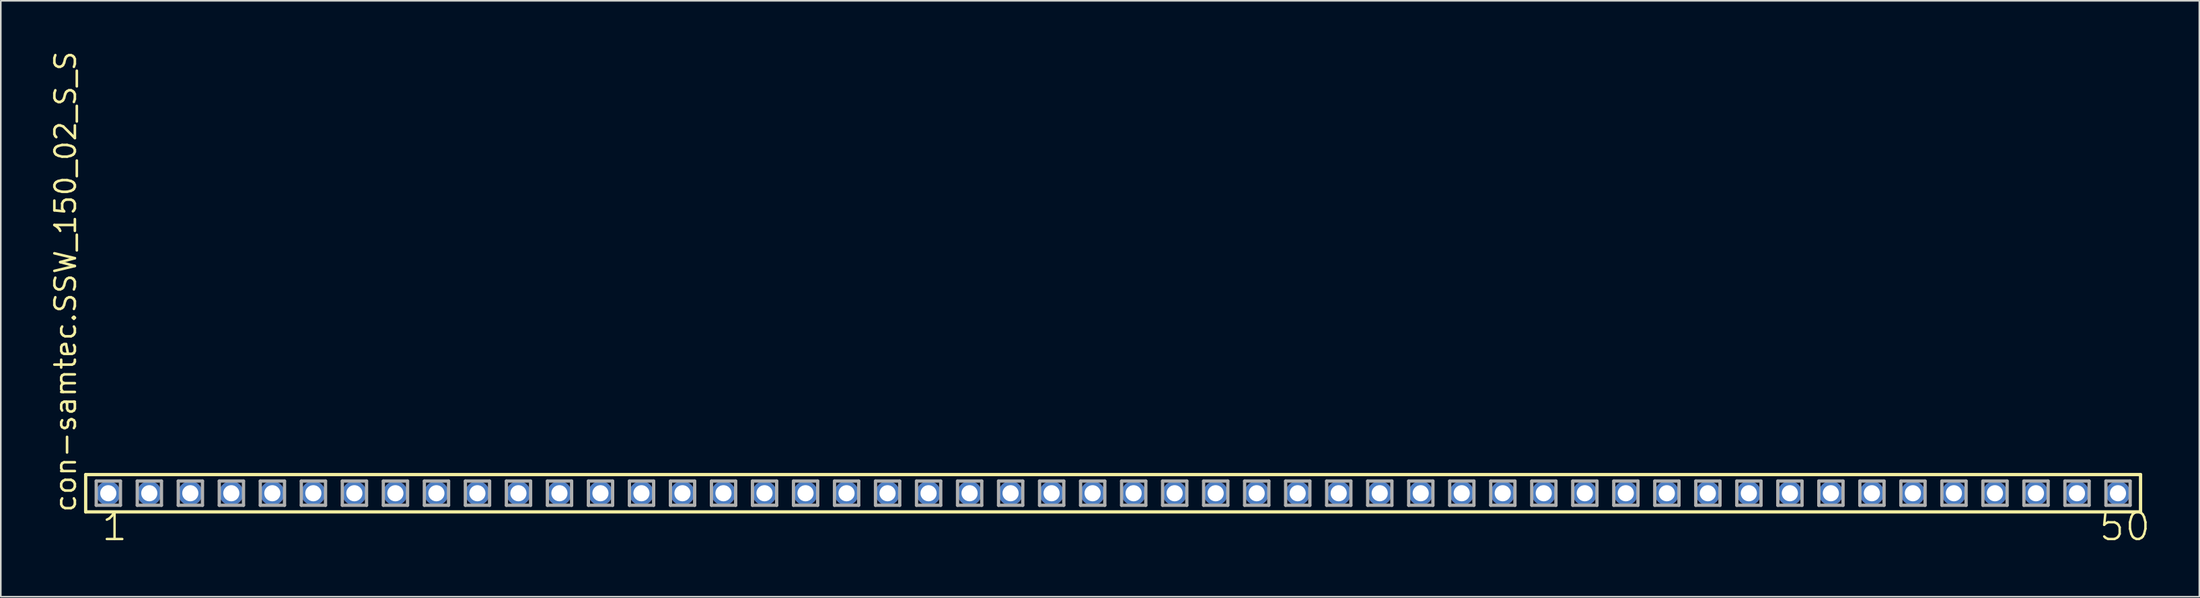
<source format=kicad_pcb>
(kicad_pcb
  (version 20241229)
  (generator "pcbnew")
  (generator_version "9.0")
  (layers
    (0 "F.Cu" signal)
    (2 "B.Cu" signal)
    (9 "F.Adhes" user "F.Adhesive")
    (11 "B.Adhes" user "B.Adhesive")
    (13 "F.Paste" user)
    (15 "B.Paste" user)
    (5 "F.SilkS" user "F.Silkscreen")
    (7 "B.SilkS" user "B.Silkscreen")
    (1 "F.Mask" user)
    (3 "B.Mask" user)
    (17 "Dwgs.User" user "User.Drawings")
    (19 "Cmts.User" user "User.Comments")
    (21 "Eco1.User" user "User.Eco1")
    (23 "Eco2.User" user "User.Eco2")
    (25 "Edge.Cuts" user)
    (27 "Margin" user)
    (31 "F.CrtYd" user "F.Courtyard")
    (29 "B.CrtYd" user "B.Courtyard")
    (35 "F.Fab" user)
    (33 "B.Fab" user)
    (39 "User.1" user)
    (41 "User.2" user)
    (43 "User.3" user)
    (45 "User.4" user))
  (footprint "con-samtec.SSW_150_02_S_S"
    (layer "F.Cu")
    (at 65.885 27.501)
    (property "Reference" "con-samtec.SSW_150_02_S_S" (at -64.135 1.27 90) (layer "F.SilkS") (effects (font (size 1.27 1.27) (thickness 0.16)) (justify left bottom)))
    (attr through_hole)
    (fp_line (start -63.629 -1.155) (end 63.629 -1.155) (stroke (width 0.203) (type default)) (layer "F.SilkS"))
    (fp_line (start -63.629 1.155) (end -63.629 -1.155) (stroke (width 0.203) (type default)) (layer "F.SilkS"))
    (fp_line (start 63.629 -1.155) (end 63.629 1.155) (stroke (width 0.203) (type default)) (layer "F.SilkS"))
    (fp_line (start 63.629 1.155) (end -63.629 1.155) (stroke (width 0.203) (type default)) (layer "F.SilkS"))
    (fp_line (start -62.975 -0.755) (end -61.475 -0.755) (stroke (width 0.203) (type default)) (layer "F.Fab"))
    (fp_line (start -62.975 0.745) (end -62.975 -0.755) (stroke (width 0.203) (type default)) (layer "F.Fab"))
    (fp_line (start -61.475 -0.755) (end -61.475 0.745) (stroke (width 0.203) (type default)) (layer "F.Fab"))
    (fp_line (start -61.475 0.745) (end -62.975 0.745) (stroke (width 0.203) (type default)) (layer "F.Fab"))
    (fp_line (start -60.435 -0.755) (end -58.935 -0.755) (stroke (width 0.203) (type default)) (layer "F.Fab"))
    (fp_line (start -60.435 0.745) (end -60.435 -0.755) (stroke (width 0.203) (type default)) (layer "F.Fab"))
    (fp_line (start -58.935 -0.755) (end -58.935 0.745) (stroke (width 0.203) (type default)) (layer "F.Fab"))
    (fp_line (start -58.935 0.745) (end -60.435 0.745) (stroke (width 0.203) (type default)) (layer "F.Fab"))
    (fp_line (start -57.895 -0.755) (end -56.395 -0.755) (stroke (width 0.203) (type default)) (layer "F.Fab"))
    (fp_line (start -57.895 0.745) (end -57.895 -0.755) (stroke (width 0.203) (type default)) (layer "F.Fab"))
    (fp_line (start -56.395 -0.755) (end -56.395 0.745) (stroke (width 0.203) (type default)) (layer "F.Fab"))
    (fp_line (start -56.395 0.745) (end -57.895 0.745) (stroke (width 0.203) (type default)) (layer "F.Fab"))
    (fp_line (start -55.355 -0.755) (end -53.855 -0.755) (stroke (width 0.203) (type default)) (layer "F.Fab"))
    (fp_line (start -55.355 0.745) (end -55.355 -0.755) (stroke (width 0.203) (type default)) (layer "F.Fab"))
    (fp_line (start -53.855 -0.755) (end -53.855 0.745) (stroke (width 0.203) (type default)) (layer "F.Fab"))
    (fp_line (start -53.855 0.745) (end -55.355 0.745) (stroke (width 0.203) (type default)) (layer "F.Fab"))
    (fp_line (start -52.815 -0.755) (end -51.315 -0.755) (stroke (width 0.203) (type default)) (layer "F.Fab"))
    (fp_line (start -52.815 0.745) (end -52.815 -0.755) (stroke (width 0.203) (type default)) (layer "F.Fab"))
    (fp_line (start -51.315 -0.755) (end -51.315 0.745) (stroke (width 0.203) (type default)) (layer "F.Fab"))
    (fp_line (start -51.315 0.745) (end -52.815 0.745) (stroke (width 0.203) (type default)) (layer "F.Fab"))
    (fp_line (start -50.275 -0.755) (end -48.775 -0.755) (stroke (width 0.203) (type default)) (layer "F.Fab"))
    (fp_line (start -50.275 0.745) (end -50.275 -0.755) (stroke (width 0.203) (type default)) (layer "F.Fab"))
    (fp_line (start -48.775 -0.755) (end -48.775 0.745) (stroke (width 0.203) (type default)) (layer "F.Fab"))
    (fp_line (start -48.775 0.745) (end -50.275 0.745) (stroke (width 0.203) (type default)) (layer "F.Fab"))
    (fp_line (start -47.735 -0.755) (end -46.235 -0.755) (stroke (width 0.203) (type default)) (layer "F.Fab"))
    (fp_line (start -47.735 0.745) (end -47.735 -0.755) (stroke (width 0.203) (type default)) (layer "F.Fab"))
    (fp_line (start -46.235 -0.755) (end -46.235 0.745) (stroke (width 0.203) (type default)) (layer "F.Fab"))
    (fp_line (start -46.235 0.745) (end -47.735 0.745) (stroke (width 0.203) (type default)) (layer "F.Fab"))
    (fp_line (start -45.195 -0.755) (end -43.695 -0.755) (stroke (width 0.203) (type default)) (layer "F.Fab"))
    (fp_line (start -45.195 0.745) (end -45.195 -0.755) (stroke (width 0.203) (type default)) (layer "F.Fab"))
    (fp_line (start -43.695 -0.755) (end -43.695 0.745) (stroke (width 0.203) (type default)) (layer "F.Fab"))
    (fp_line (start -43.695 0.745) (end -45.195 0.745) (stroke (width 0.203) (type default)) (layer "F.Fab"))
    (fp_line (start -42.655 -0.755) (end -41.155 -0.755) (stroke (width 0.203) (type default)) (layer "F.Fab"))
    (fp_line (start -42.655 0.745) (end -42.655 -0.755) (stroke (width 0.203) (type default)) (layer "F.Fab"))
    (fp_line (start -41.155 -0.755) (end -41.155 0.745) (stroke (width 0.203) (type default)) (layer "F.Fab"))
    (fp_line (start -41.155 0.745) (end -42.655 0.745) (stroke (width 0.203) (type default)) (layer "F.Fab"))
    (fp_line (start -40.115 -0.755) (end -38.615 -0.755) (stroke (width 0.203) (type default)) (layer "F.Fab"))
    (fp_line (start -40.115 0.745) (end -40.115 -0.755) (stroke (width 0.203) (type default)) (layer "F.Fab"))
    (fp_line (start -38.615 -0.755) (end -38.615 0.745) (stroke (width 0.203) (type default)) (layer "F.Fab"))
    (fp_line (start -38.615 0.745) (end -40.115 0.745) (stroke (width 0.203) (type default)) (layer "F.Fab"))
    (fp_line (start -37.575 -0.755) (end -36.075 -0.755) (stroke (width 0.203) (type default)) (layer "F.Fab"))
    (fp_line (start -37.575 0.745) (end -37.575 -0.755) (stroke (width 0.203) (type default)) (layer "F.Fab"))
    (fp_line (start -36.075 -0.755) (end -36.075 0.745) (stroke (width 0.203) (type default)) (layer "F.Fab"))
    (fp_line (start -36.075 0.745) (end -37.575 0.745) (stroke (width 0.203) (type default)) (layer "F.Fab"))
    (fp_line (start -35.035 -0.755) (end -33.535 -0.755) (stroke (width 0.203) (type default)) (layer "F.Fab"))
    (fp_line (start -35.035 0.745) (end -35.035 -0.755) (stroke (width 0.203) (type default)) (layer "F.Fab"))
    (fp_line (start -33.535 -0.755) (end -33.535 0.745) (stroke (width 0.203) (type default)) (layer "F.Fab"))
    (fp_line (start -33.535 0.745) (end -35.035 0.745) (stroke (width 0.203) (type default)) (layer "F.Fab"))
    (fp_line (start -32.495 -0.755) (end -30.995 -0.755) (stroke (width 0.203) (type default)) (layer "F.Fab"))
    (fp_line (start -32.495 0.745) (end -32.495 -0.755) (stroke (width 0.203) (type default)) (layer "F.Fab"))
    (fp_line (start -30.995 -0.755) (end -30.995 0.745) (stroke (width 0.203) (type default)) (layer "F.Fab"))
    (fp_line (start -30.995 0.745) (end -32.495 0.745) (stroke (width 0.203) (type default)) (layer "F.Fab"))
    (fp_line (start -29.955 -0.755) (end -28.455 -0.755) (stroke (width 0.203) (type default)) (layer "F.Fab"))
    (fp_line (start -29.955 0.745) (end -29.955 -0.755) (stroke (width 0.203) (type default)) (layer "F.Fab"))
    (fp_line (start -28.455 -0.755) (end -28.455 0.745) (stroke (width 0.203) (type default)) (layer "F.Fab"))
    (fp_line (start -28.455 0.745) (end -29.955 0.745) (stroke (width 0.203) (type default)) (layer "F.Fab"))
    (fp_line (start -27.415 -0.755) (end -25.915 -0.755) (stroke (width 0.203) (type default)) (layer "F.Fab"))
    (fp_line (start -27.415 0.745) (end -27.415 -0.755) (stroke (width 0.203) (type default)) (layer "F.Fab"))
    (fp_line (start -25.915 -0.755) (end -25.915 0.745) (stroke (width 0.203) (type default)) (layer "F.Fab"))
    (fp_line (start -25.915 0.745) (end -27.415 0.745) (stroke (width 0.203) (type default)) (layer "F.Fab"))
    (fp_line (start -24.875 -0.755) (end -23.375 -0.755) (stroke (width 0.203) (type default)) (layer "F.Fab"))
    (fp_line (start -24.875 0.745) (end -24.875 -0.755) (stroke (width 0.203) (type default)) (layer "F.Fab"))
    (fp_line (start -23.375 -0.755) (end -23.375 0.745) (stroke (width 0.203) (type default)) (layer "F.Fab"))
    (fp_line (start -23.375 0.745) (end -24.875 0.745) (stroke (width 0.203) (type default)) (layer "F.Fab"))
    (fp_line (start -22.335 -0.755) (end -20.835 -0.755) (stroke (width 0.203) (type default)) (layer "F.Fab"))
    (fp_line (start -22.335 0.745) (end -22.335 -0.755) (stroke (width 0.203) (type default)) (layer "F.Fab"))
    (fp_line (start -20.835 -0.755) (end -20.835 0.745) (stroke (width 0.203) (type default)) (layer "F.Fab"))
    (fp_line (start -20.835 0.745) (end -22.335 0.745) (stroke (width 0.203) (type default)) (layer "F.Fab"))
    (fp_line (start -19.795 -0.755) (end -18.295 -0.755) (stroke (width 0.203) (type default)) (layer "F.Fab"))
    (fp_line (start -19.795 0.745) (end -19.795 -0.755) (stroke (width 0.203) (type default)) (layer "F.Fab"))
    (fp_line (start -18.295 -0.755) (end -18.295 0.745) (stroke (width 0.203) (type default)) (layer "F.Fab"))
    (fp_line (start -18.295 0.745) (end -19.795 0.745) (stroke (width 0.203) (type default)) (layer "F.Fab"))
    (fp_line (start -17.255 -0.755) (end -15.755 -0.755) (stroke (width 0.203) (type default)) (layer "F.Fab"))
    (fp_line (start -17.255 0.745) (end -17.255 -0.755) (stroke (width 0.203) (type default)) (layer "F.Fab"))
    (fp_line (start -15.755 -0.755) (end -15.755 0.745) (stroke (width 0.203) (type default)) (layer "F.Fab"))
    (fp_line (start -15.755 0.745) (end -17.255 0.745) (stroke (width 0.203) (type default)) (layer "F.Fab"))
    (fp_line (start -14.715 -0.755) (end -13.215 -0.755) (stroke (width 0.203) (type default)) (layer "F.Fab"))
    (fp_line (start -14.715 0.745) (end -14.715 -0.755) (stroke (width 0.203) (type default)) (layer "F.Fab"))
    (fp_line (start -13.215 -0.755) (end -13.215 0.745) (stroke (width 0.203) (type default)) (layer "F.Fab"))
    (fp_line (start -13.215 0.745) (end -14.715 0.745) (stroke (width 0.203) (type default)) (layer "F.Fab"))
    (fp_line (start -12.175 -0.755) (end -10.675 -0.755) (stroke (width 0.203) (type default)) (layer "F.Fab"))
    (fp_line (start -12.175 0.745) (end -12.175 -0.755) (stroke (width 0.203) (type default)) (layer "F.Fab"))
    (fp_line (start -10.675 -0.755) (end -10.675 0.745) (stroke (width 0.203) (type default)) (layer "F.Fab"))
    (fp_line (start -10.675 0.745) (end -12.175 0.745) (stroke (width 0.203) (type default)) (layer "F.Fab"))
    (fp_line (start -9.635 -0.755) (end -8.135 -0.755) (stroke (width 0.203) (type default)) (layer "F.Fab"))
    (fp_line (start -9.635 0.745) (end -9.635 -0.755) (stroke (width 0.203) (type default)) (layer "F.Fab"))
    (fp_line (start -8.135 -0.755) (end -8.135 0.745) (stroke (width 0.203) (type default)) (layer "F.Fab"))
    (fp_line (start -8.135 0.745) (end -9.635 0.745) (stroke (width 0.203) (type default)) (layer "F.Fab"))
    (fp_line (start -7.095 -0.755) (end -5.595 -0.755) (stroke (width 0.203) (type default)) (layer "F.Fab"))
    (fp_line (start -7.095 0.745) (end -7.095 -0.755) (stroke (width 0.203) (type default)) (layer "F.Fab"))
    (fp_line (start -5.595 -0.755) (end -5.595 0.745) (stroke (width 0.203) (type default)) (layer "F.Fab"))
    (fp_line (start -5.595 0.745) (end -7.095 0.745) (stroke (width 0.203) (type default)) (layer "F.Fab"))
    (fp_line (start -4.555 -0.755) (end -3.055 -0.755) (stroke (width 0.203) (type default)) (layer "F.Fab"))
    (fp_line (start -4.555 0.745) (end -4.555 -0.755) (stroke (width 0.203) (type default)) (layer "F.Fab"))
    (fp_line (start -3.055 -0.755) (end -3.055 0.745) (stroke (width 0.203) (type default)) (layer "F.Fab"))
    (fp_line (start -3.055 0.745) (end -4.555 0.745) (stroke (width 0.203) (type default)) (layer "F.Fab"))
    (fp_line (start -2.015 -0.755) (end -0.515 -0.755) (stroke (width 0.203) (type default)) (layer "F.Fab"))
    (fp_line (start -2.015 0.745) (end -2.015 -0.755) (stroke (width 0.203) (type default)) (layer "F.Fab"))
    (fp_line (start -0.515 -0.755) (end -0.515 0.745) (stroke (width 0.203) (type default)) (layer "F.Fab"))
    (fp_line (start -0.515 0.745) (end -2.015 0.745) (stroke (width 0.203) (type default)) (layer "F.Fab"))
    (fp_line (start 0.525 -0.755) (end 2.025 -0.755) (stroke (width 0.203) (type default)) (layer "F.Fab"))
    (fp_line (start 0.525 0.745) (end 0.525 -0.755) (stroke (width 0.203) (type default)) (layer "F.Fab"))
    (fp_line (start 2.025 -0.755) (end 2.025 0.745) (stroke (width 0.203) (type default)) (layer "F.Fab"))
    (fp_line (start 2.025 0.745) (end 0.525 0.745) (stroke (width 0.203) (type default)) (layer "F.Fab"))
    (fp_line (start 3.065 -0.755) (end 4.565 -0.755) (stroke (width 0.203) (type default)) (layer "F.Fab"))
    (fp_line (start 3.065 0.745) (end 3.065 -0.755) (stroke (width 0.203) (type default)) (layer "F.Fab"))
    (fp_line (start 4.565 -0.755) (end 4.565 0.745) (stroke (width 0.203) (type default)) (layer "F.Fab"))
    (fp_line (start 4.565 0.745) (end 3.065 0.745) (stroke (width 0.203) (type default)) (layer "F.Fab"))
    (fp_line (start 5.605 -0.755) (end 7.105 -0.755) (stroke (width 0.203) (type default)) (layer "F.Fab"))
    (fp_line (start 5.605 0.745) (end 5.605 -0.755) (stroke (width 0.203) (type default)) (layer "F.Fab"))
    (fp_line (start 7.105 -0.755) (end 7.105 0.745) (stroke (width 0.203) (type default)) (layer "F.Fab"))
    (fp_line (start 7.105 0.745) (end 5.605 0.745) (stroke (width 0.203) (type default)) (layer "F.Fab"))
    (fp_line (start 8.145 -0.755) (end 9.645 -0.755) (stroke (width 0.203) (type default)) (layer "F.Fab"))
    (fp_line (start 8.145 0.745) (end 8.145 -0.755) (stroke (width 0.203) (type default)) (layer "F.Fab"))
    (fp_line (start 9.645 -0.755) (end 9.645 0.745) (stroke (width 0.203) (type default)) (layer "F.Fab"))
    (fp_line (start 9.645 0.745) (end 8.145 0.745) (stroke (width 0.203) (type default)) (layer "F.Fab"))
    (fp_line (start 10.685 -0.755) (end 12.185 -0.755) (stroke (width 0.203) (type default)) (layer "F.Fab"))
    (fp_line (start 10.685 0.745) (end 10.685 -0.755) (stroke (width 0.203) (type default)) (layer "F.Fab"))
    (fp_line (start 12.185 -0.755) (end 12.185 0.745) (stroke (width 0.203) (type default)) (layer "F.Fab"))
    (fp_line (start 12.185 0.745) (end 10.685 0.745) (stroke (width 0.203) (type default)) (layer "F.Fab"))
    (fp_line (start 13.225 -0.755) (end 14.725 -0.755) (stroke (width 0.203) (type default)) (layer "F.Fab"))
    (fp_line (start 13.225 0.745) (end 13.225 -0.755) (stroke (width 0.203) (type default)) (layer "F.Fab"))
    (fp_line (start 14.725 -0.755) (end 14.725 0.745) (stroke (width 0.203) (type default)) (layer "F.Fab"))
    (fp_line (start 14.725 0.745) (end 13.225 0.745) (stroke (width 0.203) (type default)) (layer "F.Fab"))
    (fp_line (start 15.765 -0.755) (end 17.265 -0.755) (stroke (width 0.203) (type default)) (layer "F.Fab"))
    (fp_line (start 15.765 0.745) (end 15.765 -0.755) (stroke (width 0.203) (type default)) (layer "F.Fab"))
    (fp_line (start 17.265 -0.755) (end 17.265 0.745) (stroke (width 0.203) (type default)) (layer "F.Fab"))
    (fp_line (start 17.265 0.745) (end 15.765 0.745) (stroke (width 0.203) (type default)) (layer "F.Fab"))
    (fp_line (start 18.305 -0.755) (end 19.805 -0.755) (stroke (width 0.203) (type default)) (layer "F.Fab"))
    (fp_line (start 18.305 0.745) (end 18.305 -0.755) (stroke (width 0.203) (type default)) (layer "F.Fab"))
    (fp_line (start 19.805 -0.755) (end 19.805 0.745) (stroke (width 0.203) (type default)) (layer "F.Fab"))
    (fp_line (start 19.805 0.745) (end 18.305 0.745) (stroke (width 0.203) (type default)) (layer "F.Fab"))
    (fp_line (start 20.845 -0.755) (end 22.345 -0.755) (stroke (width 0.203) (type default)) (layer "F.Fab"))
    (fp_line (start 20.845 0.745) (end 20.845 -0.755) (stroke (width 0.203) (type default)) (layer "F.Fab"))
    (fp_line (start 22.345 -0.755) (end 22.345 0.745) (stroke (width 0.203) (type default)) (layer "F.Fab"))
    (fp_line (start 22.345 0.745) (end 20.845 0.745) (stroke (width 0.203) (type default)) (layer "F.Fab"))
    (fp_line (start 23.385 -0.755) (end 24.885 -0.755) (stroke (width 0.203) (type default)) (layer "F.Fab"))
    (fp_line (start 23.385 0.745) (end 23.385 -0.755) (stroke (width 0.203) (type default)) (layer "F.Fab"))
    (fp_line (start 24.885 -0.755) (end 24.885 0.745) (stroke (width 0.203) (type default)) (layer "F.Fab"))
    (fp_line (start 24.885 0.745) (end 23.385 0.745) (stroke (width 0.203) (type default)) (layer "F.Fab"))
    (fp_line (start 25.925 -0.755) (end 27.425 -0.755) (stroke (width 0.203) (type default)) (layer "F.Fab"))
    (fp_line (start 25.925 0.745) (end 25.925 -0.755) (stroke (width 0.203) (type default)) (layer "F.Fab"))
    (fp_line (start 27.425 -0.755) (end 27.425 0.745) (stroke (width 0.203) (type default)) (layer "F.Fab"))
    (fp_line (start 27.425 0.745) (end 25.925 0.745) (stroke (width 0.203) (type default)) (layer "F.Fab"))
    (fp_line (start 28.465 -0.755) (end 29.965 -0.755) (stroke (width 0.203) (type default)) (layer "F.Fab"))
    (fp_line (start 28.465 0.745) (end 28.465 -0.755) (stroke (width 0.203) (type default)) (layer "F.Fab"))
    (fp_line (start 29.965 -0.755) (end 29.965 0.745) (stroke (width 0.203) (type default)) (layer "F.Fab"))
    (fp_line (start 29.965 0.745) (end 28.465 0.745) (stroke (width 0.203) (type default)) (layer "F.Fab"))
    (fp_line (start 31.005 -0.755) (end 32.505 -0.755) (stroke (width 0.203) (type default)) (layer "F.Fab"))
    (fp_line (start 31.005 0.745) (end 31.005 -0.755) (stroke (width 0.203) (type default)) (layer "F.Fab"))
    (fp_line (start 32.505 -0.755) (end 32.505 0.745) (stroke (width 0.203) (type default)) (layer "F.Fab"))
    (fp_line (start 32.505 0.745) (end 31.005 0.745) (stroke (width 0.203) (type default)) (layer "F.Fab"))
    (fp_line (start 33.545 -0.755) (end 35.045 -0.755) (stroke (width 0.203) (type default)) (layer "F.Fab"))
    (fp_line (start 33.545 0.745) (end 33.545 -0.755) (stroke (width 0.203) (type default)) (layer "F.Fab"))
    (fp_line (start 35.045 -0.755) (end 35.045 0.745) (stroke (width 0.203) (type default)) (layer "F.Fab"))
    (fp_line (start 35.045 0.745) (end 33.545 0.745) (stroke (width 0.203) (type default)) (layer "F.Fab"))
    (fp_line (start 36.085 -0.755) (end 37.585 -0.755) (stroke (width 0.203) (type default)) (layer "F.Fab"))
    (fp_line (start 36.085 0.745) (end 36.085 -0.755) (stroke (width 0.203) (type default)) (layer "F.Fab"))
    (fp_line (start 37.585 -0.755) (end 37.585 0.745) (stroke (width 0.203) (type default)) (layer "F.Fab"))
    (fp_line (start 37.585 0.745) (end 36.085 0.745) (stroke (width 0.203) (type default)) (layer "F.Fab"))
    (fp_line (start 38.625 -0.755) (end 40.125 -0.755) (stroke (width 0.203) (type default)) (layer "F.Fab"))
    (fp_line (start 38.625 0.745) (end 38.625 -0.755) (stroke (width 0.203) (type default)) (layer "F.Fab"))
    (fp_line (start 40.125 -0.755) (end 40.125 0.745) (stroke (width 0.203) (type default)) (layer "F.Fab"))
    (fp_line (start 40.125 0.745) (end 38.625 0.745) (stroke (width 0.203) (type default)) (layer "F.Fab"))
    (fp_line (start 41.165 -0.755) (end 42.665 -0.755) (stroke (width 0.203) (type default)) (layer "F.Fab"))
    (fp_line (start 41.165 0.745) (end 41.165 -0.755) (stroke (width 0.203) (type default)) (layer "F.Fab"))
    (fp_line (start 42.665 -0.755) (end 42.665 0.745) (stroke (width 0.203) (type default)) (layer "F.Fab"))
    (fp_line (start 42.665 0.745) (end 41.165 0.745) (stroke (width 0.203) (type default)) (layer "F.Fab"))
    (fp_line (start 43.705 -0.755) (end 45.205 -0.755) (stroke (width 0.203) (type default)) (layer "F.Fab"))
    (fp_line (start 43.705 0.745) (end 43.705 -0.755) (stroke (width 0.203) (type default)) (layer "F.Fab"))
    (fp_line (start 45.205 -0.755) (end 45.205 0.745) (stroke (width 0.203) (type default)) (layer "F.Fab"))
    (fp_line (start 45.205 0.745) (end 43.705 0.745) (stroke (width 0.203) (type default)) (layer "F.Fab"))
    (fp_line (start 46.245 -0.755) (end 47.745 -0.755) (stroke (width 0.203) (type default)) (layer "F.Fab"))
    (fp_line (start 46.245 0.745) (end 46.245 -0.755) (stroke (width 0.203) (type default)) (layer "F.Fab"))
    (fp_line (start 47.745 -0.755) (end 47.745 0.745) (stroke (width 0.203) (type default)) (layer "F.Fab"))
    (fp_line (start 47.745 0.745) (end 46.245 0.745) (stroke (width 0.203) (type default)) (layer "F.Fab"))
    (fp_line (start 48.785 -0.755) (end 50.285 -0.755) (stroke (width 0.203) (type default)) (layer "F.Fab"))
    (fp_line (start 48.785 0.745) (end 48.785 -0.755) (stroke (width 0.203) (type default)) (layer "F.Fab"))
    (fp_line (start 50.285 -0.755) (end 50.285 0.745) (stroke (width 0.203) (type default)) (layer "F.Fab"))
    (fp_line (start 50.285 0.745) (end 48.785 0.745) (stroke (width 0.203) (type default)) (layer "F.Fab"))
    (fp_line (start 51.325 -0.755) (end 52.825 -0.755) (stroke (width 0.203) (type default)) (layer "F.Fab"))
    (fp_line (start 51.325 0.745) (end 51.325 -0.755) (stroke (width 0.203) (type default)) (layer "F.Fab"))
    (fp_line (start 52.825 -0.755) (end 52.825 0.745) (stroke (width 0.203) (type default)) (layer "F.Fab"))
    (fp_line (start 52.825 0.745) (end 51.325 0.745) (stroke (width 0.203) (type default)) (layer "F.Fab"))
    (fp_line (start 53.865 -0.755) (end 55.365 -0.755) (stroke (width 0.203) (type default)) (layer "F.Fab"))
    (fp_line (start 53.865 0.745) (end 53.865 -0.755) (stroke (width 0.203) (type default)) (layer "F.Fab"))
    (fp_line (start 55.365 -0.755) (end 55.365 0.745) (stroke (width 0.203) (type default)) (layer "F.Fab"))
    (fp_line (start 55.365 0.745) (end 53.865 0.745) (stroke (width 0.203) (type default)) (layer "F.Fab"))
    (fp_line (start 56.405 -0.755) (end 57.905 -0.755) (stroke (width 0.203) (type default)) (layer "F.Fab"))
    (fp_line (start 56.405 0.745) (end 56.405 -0.755) (stroke (width 0.203) (type default)) (layer "F.Fab"))
    (fp_line (start 57.905 -0.755) (end 57.905 0.745) (stroke (width 0.203) (type default)) (layer "F.Fab"))
    (fp_line (start 57.905 0.745) (end 56.405 0.745) (stroke (width 0.203) (type default)) (layer "F.Fab"))
    (fp_line (start 58.945 -0.755) (end 60.445 -0.755) (stroke (width 0.203) (type default)) (layer "F.Fab"))
    (fp_line (start 58.945 0.745) (end 58.945 -0.755) (stroke (width 0.203) (type default)) (layer "F.Fab"))
    (fp_line (start 60.445 -0.755) (end 60.445 0.745) (stroke (width 0.203) (type default)) (layer "F.Fab"))
    (fp_line (start 60.445 0.745) (end 58.945 0.745) (stroke (width 0.203) (type default)) (layer "F.Fab"))
    (fp_line (start 61.485 -0.755) (end 62.985 -0.755) (stroke (width 0.203) (type default)) (layer "F.Fab"))
    (fp_line (start 61.485 0.745) (end 61.485 -0.755) (stroke (width 0.203) (type default)) (layer "F.Fab"))
    (fp_line (start 62.985 -0.755) (end 62.985 0.745) (stroke (width 0.203) (type default)) (layer "F.Fab"))
    (fp_line (start 62.985 0.745) (end 61.485 0.745) (stroke (width 0.203) (type default)) (layer "F.Fab"))
    (fp_text user "1" (at -62.738 3.048 0) (layer "F.SilkS") (effects (font (size 1.676 1.676) (thickness 0.15)) (justify left bottom)))
    (fp_text user "50" (at 60.96 3.048 0) (layer "F.SilkS") (effects (font (size 1.676 1.676) (thickness 0.15)) (justify left bottom)))
    (pad "1" thru_hole circle (at -62.23 0) (size 1.5 1.5) (drill 1) (layers "*.Cu" "*.Mask"))
    (pad "2" thru_hole circle (at -59.69 0) (size 1.5 1.5) (drill 1) (layers "*.Cu" "*.Mask"))
    (pad "3" thru_hole circle (at -57.15 0) (size 1.5 1.5) (drill 1) (layers "*.Cu" "*.Mask"))
    (pad "4" thru_hole circle (at -54.61 0) (size 1.5 1.5) (drill 1) (layers "*.Cu" "*.Mask"))
    (pad "5" thru_hole circle (at -52.07 0) (size 1.5 1.5) (drill 1) (layers "*.Cu" "*.Mask"))
    (pad "6" thru_hole circle (at -49.53 0) (size 1.5 1.5) (drill 1) (layers "*.Cu" "*.Mask"))
    (pad "7" thru_hole circle (at -46.99 0) (size 1.5 1.5) (drill 1) (layers "*.Cu" "*.Mask"))
    (pad "8" thru_hole circle (at -44.45 0) (size 1.5 1.5) (drill 1) (layers "*.Cu" "*.Mask"))
    (pad "9" thru_hole circle (at -41.91 0) (size 1.5 1.5) (drill 1) (layers "*.Cu" "*.Mask"))
    (pad "10" thru_hole circle (at -39.37 0) (size 1.5 1.5) (drill 1) (layers "*.Cu" "*.Mask"))
    (pad "11" thru_hole circle (at -36.83 0) (size 1.5 1.5) (drill 1) (layers "*.Cu" "*.Mask"))
    (pad "12" thru_hole circle (at -34.29 0) (size 1.5 1.5) (drill 1) (layers "*.Cu" "*.Mask"))
    (pad "13" thru_hole circle (at -31.75 0) (size 1.5 1.5) (drill 1) (layers "*.Cu" "*.Mask"))
    (pad "14" thru_hole circle (at -29.21 0) (size 1.5 1.5) (drill 1) (layers "*.Cu" "*.Mask"))
    (pad "15" thru_hole circle (at -26.67 0) (size 1.5 1.5) (drill 1) (layers "*.Cu" "*.Mask"))
    (pad "16" thru_hole circle (at -24.13 0) (size 1.5 1.5) (drill 1) (layers "*.Cu" "*.Mask"))
    (pad "17" thru_hole circle (at -21.59 0) (size 1.5 1.5) (drill 1) (layers "*.Cu" "*.Mask"))
    (pad "18" thru_hole circle (at -19.05 0) (size 1.5 1.5) (drill 1) (layers "*.Cu" "*.Mask"))
    (pad "19" thru_hole circle (at -16.51 0) (size 1.5 1.5) (drill 1) (layers "*.Cu" "*.Mask"))
    (pad "20" thru_hole circle (at -13.97 0) (size 1.5 1.5) (drill 1) (layers "*.Cu" "*.Mask"))
    (pad "21" thru_hole circle (at -11.43 0) (size 1.5 1.5) (drill 1) (layers "*.Cu" "*.Mask"))
    (pad "22" thru_hole circle (at -8.89 0) (size 1.5 1.5) (drill 1) (layers "*.Cu" "*.Mask"))
    (pad "23" thru_hole circle (at -6.35 0) (size 1.5 1.5) (drill 1) (layers "*.Cu" "*.Mask"))
    (pad "24" thru_hole circle (at -3.81 0) (size 1.5 1.5) (drill 1) (layers "*.Cu" "*.Mask"))
    (pad "25" thru_hole circle (at -1.27 0) (size 1.5 1.5) (drill 1) (layers "*.Cu" "*.Mask"))
    (pad "26" thru_hole circle (at 1.27 0) (size 1.5 1.5) (drill 1) (layers "*.Cu" "*.Mask"))
    (pad "27" thru_hole circle (at 3.81 0) (size 1.5 1.5) (drill 1) (layers "*.Cu" "*.Mask"))
    (pad "28" thru_hole circle (at 6.35 0) (size 1.5 1.5) (drill 1) (layers "*.Cu" "*.Mask"))
    (pad "29" thru_hole circle (at 8.89 0) (size 1.5 1.5) (drill 1) (layers "*.Cu" "*.Mask"))
    (pad "30" thru_hole circle (at 11.43 0) (size 1.5 1.5) (drill 1) (layers "*.Cu" "*.Mask"))
    (pad "31" thru_hole circle (at 13.97 0) (size 1.5 1.5) (drill 1) (layers "*.Cu" "*.Mask"))
    (pad "32" thru_hole circle (at 16.51 0) (size 1.5 1.5) (drill 1) (layers "*.Cu" "*.Mask"))
    (pad "33" thru_hole circle (at 19.05 0) (size 1.5 1.5) (drill 1) (layers "*.Cu" "*.Mask"))
    (pad "34" thru_hole circle (at 21.59 0) (size 1.5 1.5) (drill 1) (layers "*.Cu" "*.Mask"))
    (pad "35" thru_hole circle (at 24.13 0) (size 1.5 1.5) (drill 1) (layers "*.Cu" "*.Mask"))
    (pad "36" thru_hole circle (at 26.67 0) (size 1.5 1.5) (drill 1) (layers "*.Cu" "*.Mask"))
    (pad "37" thru_hole circle (at 29.21 0) (size 1.5 1.5) (drill 1) (layers "*.Cu" "*.Mask"))
    (pad "38" thru_hole circle (at 31.75 0) (size 1.5 1.5) (drill 1) (layers "*.Cu" "*.Mask"))
    (pad "39" thru_hole circle (at 34.29 0) (size 1.5 1.5) (drill 1) (layers "*.Cu" "*.Mask"))
    (pad "40" thru_hole circle (at 36.83 0) (size 1.5 1.5) (drill 1) (layers "*.Cu" "*.Mask"))
    (pad "41" thru_hole circle (at 39.37 0) (size 1.5 1.5) (drill 1) (layers "*.Cu" "*.Mask"))
    (pad "42" thru_hole circle (at 41.91 0) (size 1.5 1.5) (drill 1) (layers "*.Cu" "*.Mask"))
    (pad "43" thru_hole circle (at 44.45 0) (size 1.5 1.5) (drill 1) (layers "*.Cu" "*.Mask"))
    (pad "44" thru_hole circle (at 46.99 0) (size 1.5 1.5) (drill 1) (layers "*.Cu" "*.Mask"))
    (pad "45" thru_hole circle (at 49.53 0) (size 1.5 1.5) (drill 1) (layers "*.Cu" "*.Mask"))
    (pad "46" thru_hole circle (at 52.07 0) (size 1.5 1.5) (drill 1) (layers "*.Cu" "*.Mask"))
    (pad "47" thru_hole circle (at 54.61 0) (size 1.5 1.5) (drill 1) (layers "*.Cu" "*.Mask"))
    (pad "48" thru_hole circle (at 57.15 0) (size 1.5 1.5) (drill 1) (layers "*.Cu" "*.Mask"))
    (pad "49" thru_hole circle (at 59.69 0) (size 1.5 1.5) (drill 1) (layers "*.Cu" "*.Mask"))
    (pad "50" thru_hole circle (at 62.23 0) (size 1.5 1.5) (drill 1) (layers "*.Cu" "*.Mask")))
  (gr_rect
    (start -3 -3)
    (end 133.153 33.91)
    (stroke (width 0.1) (type default))
    (fill no)
    (layer "Edge.Cuts")))
</source>
